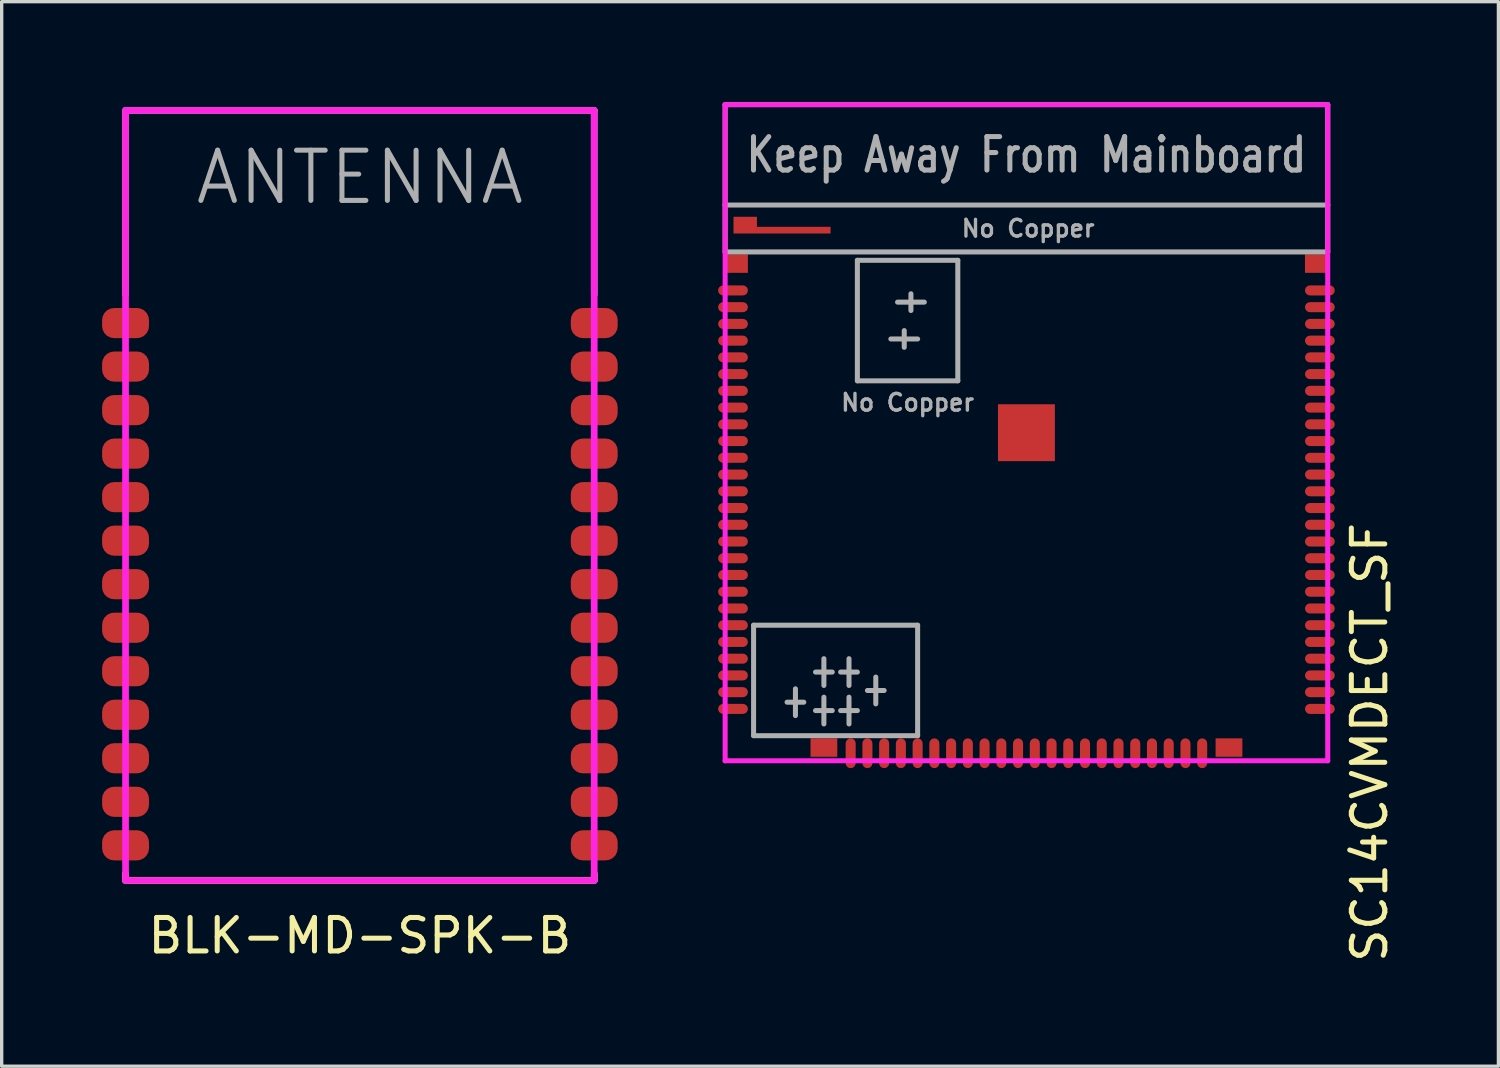
<source format=kicad_pcb>
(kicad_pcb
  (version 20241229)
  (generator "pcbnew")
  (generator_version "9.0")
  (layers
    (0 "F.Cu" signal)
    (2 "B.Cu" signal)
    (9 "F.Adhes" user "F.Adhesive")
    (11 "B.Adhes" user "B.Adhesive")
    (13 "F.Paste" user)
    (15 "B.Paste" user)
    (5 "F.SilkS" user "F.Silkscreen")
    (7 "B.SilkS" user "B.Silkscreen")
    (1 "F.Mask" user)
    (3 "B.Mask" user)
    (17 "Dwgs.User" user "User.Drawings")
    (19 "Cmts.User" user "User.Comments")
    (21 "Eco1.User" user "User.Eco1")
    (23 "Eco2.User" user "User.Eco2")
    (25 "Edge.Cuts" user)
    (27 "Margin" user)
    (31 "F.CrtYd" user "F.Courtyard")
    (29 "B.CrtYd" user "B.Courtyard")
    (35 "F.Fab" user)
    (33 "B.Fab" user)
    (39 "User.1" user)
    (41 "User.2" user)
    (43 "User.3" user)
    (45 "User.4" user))
  (footprint "BLK-MD-SPK-B"
    (layer "F.Cu")
    (at 7.7 0.25)
    (property "Reference" "BLK-MD-SPK-B" (at 0 24.65 0) (layer "F.SilkS") (effects (font (size 1 1) (thickness 0.15))))
    (attr through_hole)
    (fp_line (start -7 23) (end -7 22.8) (stroke (width 0.2) (type solid)) (layer "F.SilkS"))
    (fp_line (start -7 23) (end 7 23) (stroke (width 0.2) (type solid)) (layer "F.SilkS"))
    (fp_line (start 7 23) (end 7 22.8) (stroke (width 0.2) (type solid)) (layer "F.SilkS"))
    (fp_line (start -7 0) (end -7 23) (stroke (width 0.2) (type solid)) (layer "F.CrtYd"))
    (fp_line (start -7 23) (end 7 23) (stroke (width 0.2) (type solid)) (layer "F.CrtYd"))
    (fp_line (start 7 0) (end -7 0) (stroke (width 0.2) (type solid)) (layer "F.CrtYd"))
    (fp_line (start 7 23) (end 7 0) (stroke (width 0.2) (type solid)) (layer "F.CrtYd"))
    (fp_line (start -7 0) (end -7 5.5) (stroke (width 0.2) (type solid)) (layer "F.Fab"))
    (fp_line (start -7 0) (end 7 0) (stroke (width 0.2) (type solid)) (layer "F.Fab"))
    (fp_line (start 7 0) (end 7 5.5) (stroke (width 0.2) (type solid)) (layer "F.Fab"))
    (fp_text user "ANTENNA" (at 0 2 0) (layer "F.Fab") (effects (font (size 1.5 1.5) (thickness 0.15))))
    (pad "1" smd roundrect (at -7 6.35) (size 1.4 0.9) (layers "F.Cu" "F.Mask" "F.Paste") (roundrect_rratio 0.4))
    (pad "2" smd roundrect (at -7 7.65) (size 1.4 0.9) (layers "F.Cu" "F.Mask" "F.Paste") (roundrect_rratio 0.4))
    (pad "3" smd roundrect (at -7 8.95) (size 1.4 0.9) (layers "F.Cu" "F.Mask" "F.Paste") (roundrect_rratio 0.4))
    (pad "4" smd roundrect (at -7 10.25) (size 1.4 0.9) (layers "F.Cu" "F.Mask" "F.Paste") (roundrect_rratio 0.4))
    (pad "5" smd roundrect (at -7 11.55) (size 1.4 0.9) (layers "F.Cu" "F.Mask" "F.Paste") (roundrect_rratio 0.4))
    (pad "6" smd roundrect (at -7 12.85) (size 1.4 0.9) (layers "F.Cu" "F.Mask" "F.Paste") (roundrect_rratio 0.4))
    (pad "7" smd roundrect (at -7 14.15) (size 1.4 0.9) (layers "F.Cu" "F.Mask" "F.Paste") (roundrect_rratio 0.4))
    (pad "8" smd roundrect (at -7 15.45) (size 1.4 0.9) (layers "F.Cu" "F.Mask" "F.Paste") (roundrect_rratio 0.4))
    (pad "9" smd roundrect (at -7 16.75) (size 1.4 0.9) (layers "F.Cu" "F.Mask" "F.Paste") (roundrect_rratio 0.4))
    (pad "10" smd roundrect (at -7 18.05) (size 1.4 0.9) (layers "F.Cu" "F.Mask" "F.Paste") (roundrect_rratio 0.4))
    (pad "11" smd roundrect (at -7 19.35) (size 1.4 0.9) (layers "F.Cu" "F.Mask" "F.Paste") (roundrect_rratio 0.4))
    (pad "12" smd roundrect (at -7 20.65) (size 1.4 0.9) (layers "F.Cu" "F.Mask" "F.Paste") (roundrect_rratio 0.4))
    (pad "13" smd roundrect (at -7 21.95) (size 1.4 0.9) (layers "F.Cu" "F.Mask" "F.Paste") (roundrect_rratio 0.4))
    (pad "14" smd roundrect (at 7 21.95) (size 1.4 0.9) (layers "F.Cu" "F.Mask" "F.Paste") (roundrect_rratio 0.4))
    (pad "15" smd roundrect (at 7 20.65) (size 1.4 0.9) (layers "F.Cu" "F.Mask" "F.Paste") (roundrect_rratio 0.4))
    (pad "16" smd roundrect (at 7 19.35) (size 1.4 0.9) (layers "F.Cu" "F.Mask" "F.Paste") (roundrect_rratio 0.4))
    (pad "17" smd roundrect (at 7 18.05) (size 1.4 0.9) (layers "F.Cu" "F.Mask" "F.Paste") (roundrect_rratio 0.4))
    (pad "18" smd roundrect (at 7 16.75) (size 1.4 0.9) (layers "F.Cu" "F.Mask" "F.Paste") (roundrect_rratio 0.4))
    (pad "19" smd roundrect (at 7 15.45) (size 1.4 0.9) (layers "F.Cu" "F.Mask" "F.Paste") (roundrect_rratio 0.4))
    (pad "20" smd roundrect (at 7 14.15) (size 1.4 0.9) (layers "F.Cu" "F.Mask" "F.Paste") (roundrect_rratio 0.4))
    (pad "21" smd roundrect (at 7 12.85) (size 1.4 0.9) (layers "F.Cu" "F.Mask" "F.Paste") (roundrect_rratio 0.4))
    (pad "22" smd roundrect (at 7 11.55) (size 1.4 0.9) (layers "F.Cu" "F.Mask" "F.Paste") (roundrect_rratio 0.4))
    (pad "23" smd roundrect (at 7 10.25) (size 1.4 0.9) (layers "F.Cu" "F.Mask" "F.Paste") (roundrect_rratio 0.4))
    (pad "24" smd roundrect (at 7 8.95) (size 1.4 0.9) (layers "F.Cu" "F.Mask" "F.Paste") (roundrect_rratio 0.4))
    (pad "25" smd roundrect (at 7 7.65) (size 1.4 0.9) (layers "F.Cu" "F.Mask" "F.Paste") (roundrect_rratio 0.4))
    (pad "26" smd roundrect (at 7 6.35) (size 1.4 0.9) (layers "F.Cu" "F.Mask" "F.Paste") (roundrect_rratio 0.4)))
  (footprint "SC14CVMDECT_SF"
    (layer "F.Cu")
    (at 27.61 9.875)
    (property "Reference" "SC14CVMDECT_SF" (at 10.25 9.25 90) (layer "F.SilkS") (effects (font (size 1 1) (thickness 0.15))))
    (attr through_hole)
    (fp_line (start -9 -9.8) (end 9 -9.8) (stroke (width 0.15) (type solid)) (layer "F.CrtYd"))
    (fp_line (start -9 9.8) (end -9 -9.8) (stroke (width 0.15) (type solid)) (layer "F.CrtYd"))
    (fp_line (start 9 -9.8) (end 9 9.8) (stroke (width 0.15) (type solid)) (layer "F.CrtYd"))
    (fp_line (start 9 9.8) (end -9 9.8) (stroke (width 0.15) (type solid)) (layer "F.CrtYd"))
    (fp_line (start -9 -9.8) (end -9 -6.8) (stroke (width 0.15) (type solid)) (layer "F.Fab"))
    (fp_line (start -9 -6.8) (end -9 -5.4) (stroke (width 0.15) (type solid)) (layer "F.Fab"))
    (fp_line (start -9 -6.8) (end 9 -6.8) (stroke (width 0.15) (type solid)) (layer "F.Fab"))
    (fp_line (start -9 -5.4) (end 9 -5.4) (stroke (width 0.15) (type solid)) (layer "F.Fab"))
    (fp_line (start -8.15 5.75) (end -8.15 9.05) (stroke (width 0.15) (type solid)) (layer "F.Fab"))
    (fp_line (start -8.15 9.05) (end -3.25 9.05) (stroke (width 0.15) (type solid)) (layer "F.Fab"))
    (fp_line (start -6.9 7.65) (end -6.9 8.45) (stroke (width 0.15) (type solid)) (layer "F.Fab"))
    (fp_line (start -6.65 8.05) (end -7.15 8.05) (stroke (width 0.15) (type solid)) (layer "F.Fab"))
    (fp_line (start -6.05 6.75) (end -6.05 7.55) (stroke (width 0.15) (type solid)) (layer "F.Fab"))
    (fp_line (start -6.05 7.9) (end -6.05 8.7) (stroke (width 0.15) (type solid)) (layer "F.Fab"))
    (fp_line (start -5.8 7.15) (end -6.3 7.15) (stroke (width 0.15) (type solid)) (layer "F.Fab"))
    (fp_line (start -5.8 8.3) (end -6.3 8.3) (stroke (width 0.15) (type solid)) (layer "F.Fab"))
    (fp_line (start -5.3 6.75) (end -5.3 7.55) (stroke (width 0.15) (type solid)) (layer "F.Fab"))
    (fp_line (start -5.3 7.9) (end -5.3 8.7) (stroke (width 0.15) (type solid)) (layer "F.Fab"))
    (fp_line (start -5.05 -5.15) (end -2.05 -5.15) (stroke (width 0.15) (type solid)) (layer "F.Fab"))
    (fp_line (start -5.05 -1.55) (end -5.05 -5.15) (stroke (width 0.15) (type solid)) (layer "F.Fab"))
    (fp_line (start -5.05 7.15) (end -5.55 7.15) (stroke (width 0.15) (type solid)) (layer "F.Fab"))
    (fp_line (start -5.05 8.3) (end -5.55 8.3) (stroke (width 0.15) (type solid)) (layer "F.Fab"))
    (fp_line (start -4.5 7.3) (end -4.5 8.1) (stroke (width 0.15) (type solid)) (layer "F.Fab"))
    (fp_line (start -4.25 7.7) (end -4.75 7.7) (stroke (width 0.15) (type solid)) (layer "F.Fab"))
    (fp_line (start -3.65 -2.55) (end -3.65 -3.05) (stroke (width 0.15) (type solid)) (layer "F.Fab"))
    (fp_line (start -3.45 -3.65) (end -3.45 -4.15) (stroke (width 0.15) (type solid)) (layer "F.Fab"))
    (fp_line (start -3.25 -2.8) (end -4.05 -2.8) (stroke (width 0.15) (type solid)) (layer "F.Fab"))
    (fp_line (start -3.25 5.75) (end -8.15 5.75) (stroke (width 0.15) (type solid)) (layer "F.Fab"))
    (fp_line (start -3.25 9.05) (end -3.25 5.75) (stroke (width 0.15) (type solid)) (layer "F.Fab"))
    (fp_line (start -3.05 -3.9) (end -3.85 -3.9) (stroke (width 0.15) (type solid)) (layer "F.Fab"))
    (fp_line (start -2.05 -5.15) (end -2.05 -1.55) (stroke (width 0.15) (type solid)) (layer "F.Fab"))
    (fp_line (start -2.05 -1.55) (end -5.05 -1.55) (stroke (width 0.15) (type solid)) (layer "F.Fab"))
    (fp_line (start 9 -9.8) (end -9 -9.8) (stroke (width 0.15) (type solid)) (layer "F.Fab"))
    (fp_line (start 9 -6.8) (end 9 -9.8) (stroke (width 0.15) (type solid)) (layer "F.Fab"))
    (fp_line (start 9 -5.4) (end 9 -6.8) (stroke (width 0.15) (type solid)) (layer "F.Fab"))
    (fp_text user "Keep Away From Mainboard" (at 0 -8.3 0) (layer "F.Fab") (effects (font (size 1 0.8) (thickness 0.15))))
    (fp_text user "No Copper" (at -3.55 -0.9 0) (layer "F.Fab") (effects (font (size 0.5 0.5) (thickness 0.1))))
    (fp_text user "No Copper" (at 0.05 -6.1 0) (layer "F.Fab") (effects (font (size 0.5 0.5) (thickness 0.1))))
    (pad "1" smd rect (at -8.65 -5.05) (size 0.66 0.55) (layers "F.Cu" "F.Mask" "F.Paste"))
    (pad "2" smd roundrect (at -8.765 -4.25) (size 0.89 0.3) (layers "F.Cu" "F.Mask" "F.Paste") (roundrect_rratio 0.5))
    (pad "3" smd roundrect (at -8.765 -3.75) (size 0.89 0.3) (layers "F.Cu" "F.Mask" "F.Paste") (roundrect_rratio 0.5))
    (pad "4" smd roundrect (at -8.765 -3.25) (size 0.89 0.3) (layers "F.Cu" "F.Mask" "F.Paste") (roundrect_rratio 0.5))
    (pad "5" smd roundrect (at -8.765 -2.75) (size 0.89 0.3) (layers "F.Cu" "F.Mask" "F.Paste") (roundrect_rratio 0.5))
    (pad "6" smd roundrect (at -8.765 -2.25) (size 0.89 0.3) (layers "F.Cu" "F.Mask" "F.Paste") (roundrect_rratio 0.5))
    (pad "7" smd roundrect (at -8.765 -1.75) (size 0.89 0.3) (layers "F.Cu" "F.Mask" "F.Paste") (roundrect_rratio 0.5))
    (pad "8" smd roundrect (at -8.765 -1.25) (size 0.89 0.3) (layers "F.Cu" "F.Mask" "F.Paste") (roundrect_rratio 0.5))
    (pad "9" smd roundrect (at -8.765 -0.75) (size 0.89 0.3) (layers "F.Cu" "F.Mask" "F.Paste") (roundrect_rratio 0.5))
    (pad "10" smd roundrect (at -8.765 -0.25) (size 0.89 0.3) (layers "F.Cu" "F.Mask" "F.Paste") (roundrect_rratio 0.5))
    (pad "11" smd roundrect (at -8.765 0.25) (size 0.89 0.3) (layers "F.Cu" "F.Mask" "F.Paste") (roundrect_rratio 0.5))
    (pad "12" smd roundrect (at -8.765 0.75) (size 0.89 0.3) (layers "F.Cu" "F.Mask" "F.Paste") (roundrect_rratio 0.5))
    (pad "13" smd roundrect (at -8.765 1.25) (size 0.89 0.3) (layers "F.Cu" "F.Mask" "F.Paste") (roundrect_rratio 0.5))
    (pad "14" smd roundrect (at -8.765 1.75) (size 0.89 0.3) (layers "F.Cu" "F.Mask" "F.Paste") (roundrect_rratio 0.5))
    (pad "15" smd roundrect (at -8.765 2.25) (size 0.89 0.3) (layers "F.Cu" "F.Mask" "F.Paste") (roundrect_rratio 0.5))
    (pad "16" smd roundrect (at -8.765 2.75) (size 0.89 0.3) (layers "F.Cu" "F.Mask" "F.Paste") (roundrect_rratio 0.5))
    (pad "17" smd roundrect (at -8.765 3.25) (size 0.89 0.3) (layers "F.Cu" "F.Mask" "F.Paste") (roundrect_rratio 0.5))
    (pad "18" smd roundrect (at -8.765 3.75) (size 0.89 0.3) (layers "F.Cu" "F.Mask" "F.Paste") (roundrect_rratio 0.5))
    (pad "19" smd roundrect (at -8.765 4.25) (size 0.89 0.3) (layers "F.Cu" "F.Mask" "F.Paste") (roundrect_rratio 0.5))
    (pad "20" smd roundrect (at -8.765 4.75) (size 0.89 0.3) (layers "F.Cu" "F.Mask" "F.Paste") (roundrect_rratio 0.5))
    (pad "21" smd roundrect (at -8.765 5.25) (size 0.89 0.3) (layers "F.Cu" "F.Mask" "F.Paste") (roundrect_rratio 0.5))
    (pad "22" smd roundrect (at -8.765 5.75) (size 0.89 0.3) (layers "F.Cu" "F.Mask" "F.Paste") (roundrect_rratio 0.5))
    (pad "23" smd roundrect (at -8.765 6.25) (size 0.89 0.3) (layers "F.Cu" "F.Mask" "F.Paste") (roundrect_rratio 0.5))
    (pad "24" smd roundrect (at -8.765 6.75) (size 0.89 0.3) (layers "F.Cu" "F.Mask" "F.Paste") (roundrect_rratio 0.5))
    (pad "25" smd roundrect (at -8.765 7.25) (size 0.89 0.3) (layers "F.Cu" "F.Mask" "F.Paste") (roundrect_rratio 0.5))
    (pad "26" smd roundrect (at -8.765 7.75) (size 0.89 0.3) (layers "F.Cu" "F.Mask" "F.Paste") (roundrect_rratio 0.5))
    (pad "27" smd roundrect (at -8.765 8.25) (size 0.89 0.3) (layers "F.Cu" "F.Mask" "F.Paste") (roundrect_rratio 0.5))
    (pad "28" smd rect (at -6.05 9.405) (size 0.8 0.55) (layers "F.Cu" "F.Mask" "F.Paste"))
    (pad "29" smd roundrect (at -5.25 9.575 90) (size 0.89 0.3) (layers "F.Cu" "F.Mask" "F.Paste") (roundrect_rratio 0.5))
    (pad "30" smd roundrect (at -4.75 9.575 90) (size 0.89 0.3) (layers "F.Cu" "F.Mask" "F.Paste") (roundrect_rratio 0.5))
    (pad "31" smd roundrect (at -4.25 9.575 90) (size 0.89 0.3) (layers "F.Cu" "F.Mask" "F.Paste") (roundrect_rratio 0.5))
    (pad "32" smd roundrect (at -3.75 9.575 90) (size 0.89 0.3) (layers "F.Cu" "F.Mask" "F.Paste") (roundrect_rratio 0.5))
    (pad "33" smd roundrect (at -3.25 9.575 90) (size 0.89 0.3) (layers "F.Cu" "F.Mask" "F.Paste") (roundrect_rratio 0.5))
    (pad "34" smd roundrect (at -2.75 9.575 90) (size 0.89 0.3) (layers "F.Cu" "F.Mask" "F.Paste") (roundrect_rratio 0.5))
    (pad "35" smd roundrect (at -2.25 9.575 90) (size 0.89 0.3) (layers "F.Cu" "F.Mask" "F.Paste") (roundrect_rratio 0.5))
    (pad "36" smd roundrect (at -1.75 9.575 90) (size 0.89 0.3) (layers "F.Cu" "F.Mask" "F.Paste") (roundrect_rratio 0.5))
    (pad "37" smd roundrect (at -1.25 9.575 90) (size 0.89 0.3) (layers "F.Cu" "F.Mask" "F.Paste") (roundrect_rratio 0.5))
    (pad "38" smd roundrect (at -0.75 9.575 90) (size 0.89 0.3) (layers "F.Cu" "F.Mask" "F.Paste") (roundrect_rratio 0.5))
    (pad "39" smd roundrect (at -0.25 9.575 90) (size 0.89 0.3) (layers "F.Cu" "F.Mask" "F.Paste") (roundrect_rratio 0.5))
    (pad "40" smd roundrect (at 0.25 9.575 90) (size 0.89 0.3) (layers "F.Cu" "F.Mask" "F.Paste") (roundrect_rratio 0.5))
    (pad "41" smd roundrect (at 0.75 9.575 90) (size 0.89 0.3) (layers "F.Cu" "F.Mask" "F.Paste") (roundrect_rratio 0.5))
    (pad "42" smd roundrect (at 1.25 9.575 90) (size 0.89 0.3) (layers "F.Cu" "F.Mask" "F.Paste") (roundrect_rratio 0.5))
    (pad "43" smd roundrect (at 1.75 9.575 90) (size 0.89 0.3) (layers "F.Cu" "F.Mask" "F.Paste") (roundrect_rratio 0.5))
    (pad "44" smd roundrect (at 2.25 9.575 90) (size 0.89 0.3) (layers "F.Cu" "F.Mask" "F.Paste") (roundrect_rratio 0.5))
    (pad "45" smd roundrect (at 2.75 9.575 90) (size 0.89 0.3) (layers "F.Cu" "F.Mask" "F.Paste") (roundrect_rratio 0.5))
    (pad "46" smd roundrect (at 3.25 9.575 90) (size 0.89 0.3) (layers "F.Cu" "F.Mask" "F.Paste") (roundrect_rratio 0.5))
    (pad "47" smd roundrect (at 3.75 9.575 90) (size 0.89 0.3) (layers "F.Cu" "F.Mask" "F.Paste") (roundrect_rratio 0.5))
    (pad "48" smd roundrect (at 4.25 9.575 90) (size 0.89 0.3) (layers "F.Cu" "F.Mask" "F.Paste") (roundrect_rratio 0.5))
    (pad "49" smd roundrect (at 4.75 9.575 90) (size 0.89 0.3) (layers "F.Cu" "F.Mask" "F.Paste") (roundrect_rratio 0.5))
    (pad "50" smd roundrect (at 5.25 9.575 90) (size 0.89 0.3) (layers "F.Cu" "F.Mask" "F.Paste") (roundrect_rratio 0.5))
    (pad "51" smd rect (at 6.05 9.405) (size 0.8 0.55) (layers "F.Cu" "F.Mask" "F.Paste"))
    (pad "52" smd roundrect (at 8.765 8.25) (size 0.89 0.3) (layers "F.Cu" "F.Mask" "F.Paste") (roundrect_rratio 0.5))
    (pad "53" smd roundrect (at 8.765 7.75) (size 0.89 0.3) (layers "F.Cu" "F.Mask" "F.Paste") (roundrect_rratio 0.5))
    (pad "54" smd roundrect (at 8.765 7.25) (size 0.89 0.3) (layers "F.Cu" "F.Mask" "F.Paste") (roundrect_rratio 0.5))
    (pad "55" smd roundrect (at 8.765 6.75) (size 0.89 0.3) (layers "F.Cu" "F.Mask" "F.Paste") (roundrect_rratio 0.5))
    (pad "56" smd roundrect (at 8.765 6.25) (size 0.89 0.3) (layers "F.Cu" "F.Mask" "F.Paste") (roundrect_rratio 0.5))
    (pad "57" smd roundrect (at 8.765 5.75) (size 0.89 0.3) (layers "F.Cu" "F.Mask" "F.Paste") (roundrect_rratio 0.5))
    (pad "58" smd roundrect (at 8.765 5.25) (size 0.89 0.3) (layers "F.Cu" "F.Mask" "F.Paste") (roundrect_rratio 0.5))
    (pad "59" smd roundrect (at 8.765 4.75) (size 0.89 0.3) (layers "F.Cu" "F.Mask" "F.Paste") (roundrect_rratio 0.5))
    (pad "60" smd roundrect (at 8.765 4.25) (size 0.89 0.3) (layers "F.Cu" "F.Mask" "F.Paste") (roundrect_rratio 0.5))
    (pad "61" smd roundrect (at 8.765 3.75) (size 0.89 0.3) (layers "F.Cu" "F.Mask" "F.Paste") (roundrect_rratio 0.5))
    (pad "62" smd roundrect (at 8.765 3.25) (size 0.89 0.3) (layers "F.Cu" "F.Mask" "F.Paste") (roundrect_rratio 0.5))
    (pad "63" smd roundrect (at 8.765 2.75) (size 0.89 0.3) (layers "F.Cu" "F.Mask" "F.Paste") (roundrect_rratio 0.5))
    (pad "64" smd roundrect (at 8.765 2.25) (size 0.89 0.3) (layers "F.Cu" "F.Mask" "F.Paste") (roundrect_rratio 0.5))
    (pad "65" smd roundrect (at 8.765 1.75) (size 0.89 0.3) (layers "F.Cu" "F.Mask" "F.Paste") (roundrect_rratio 0.5))
    (pad "66" smd roundrect (at 8.765 1.25) (size 0.89 0.3) (layers "F.Cu" "F.Mask" "F.Paste") (roundrect_rratio 0.5))
    (pad "67" smd roundrect (at 8.765 0.75) (size 0.89 0.3) (layers "F.Cu" "F.Mask" "F.Paste") (roundrect_rratio 0.5))
    (pad "68" smd roundrect (at 8.765 0.25) (size 0.89 0.3) (layers "F.Cu" "F.Mask" "F.Paste") (roundrect_rratio 0.5))
    (pad "69" smd roundrect (at 8.765 -0.25) (size 0.89 0.3) (layers "F.Cu" "F.Mask" "F.Paste") (roundrect_rratio 0.5))
    (pad "70" smd roundrect (at 8.765 -0.75) (size 0.89 0.3) (layers "F.Cu" "F.Mask" "F.Paste") (roundrect_rratio 0.5))
    (pad "71" smd roundrect (at 8.765 -1.25) (size 0.89 0.3) (layers "F.Cu" "F.Mask" "F.Paste") (roundrect_rratio 0.5))
    (pad "72" smd roundrect (at 8.765 -1.75) (size 0.89 0.3) (layers "F.Cu" "F.Mask" "F.Paste") (roundrect_rratio 0.5))
    (pad "73" smd roundrect (at 8.765 -2.25) (size 0.89 0.3) (layers "F.Cu" "F.Mask" "F.Paste") (roundrect_rratio 0.5))
    (pad "74" smd roundrect (at 8.765 -2.75) (size 0.89 0.3) (layers "F.Cu" "F.Mask" "F.Paste") (roundrect_rratio 0.5))
    (pad "75" smd roundrect (at 8.765 -3.25) (size 0.89 0.3) (layers "F.Cu" "F.Mask" "F.Paste") (roundrect_rratio 0.5))
    (pad "76" smd roundrect (at 8.765 -3.75) (size 0.89 0.3) (layers "F.Cu" "F.Mask" "F.Paste") (roundrect_rratio 0.5))
    (pad "77" smd roundrect (at 8.765 -4.25) (size 0.89 0.3) (layers "F.Cu" "F.Mask" "F.Paste") (roundrect_rratio 0.5))
    (pad "78" smd rect (at 8.65 -5.05) (size 0.66 0.55) (layers "F.Cu" "F.Mask" "F.Paste"))
    (pad "79" smd rect (at -8.4 -6.2) (size 0.7 0.5) (layers "F.Cu" "F.Mask" "F.Paste"))
    (pad "79" smd rect (at -6.95 -6.05) (size 2.2 0.2) (layers "F.Cu"))
    (pad "80" smd rect (at 0 0) (size 1.7 1.7) (layers "F.Cu" "F.Mask" "F.Paste")))
  (gr_rect
    (start -3 -3)
    (end 41.708 28.798)
    (stroke (width 0.1) (type default))
    (fill no)
    (layer "Edge.Cuts")))
</source>
